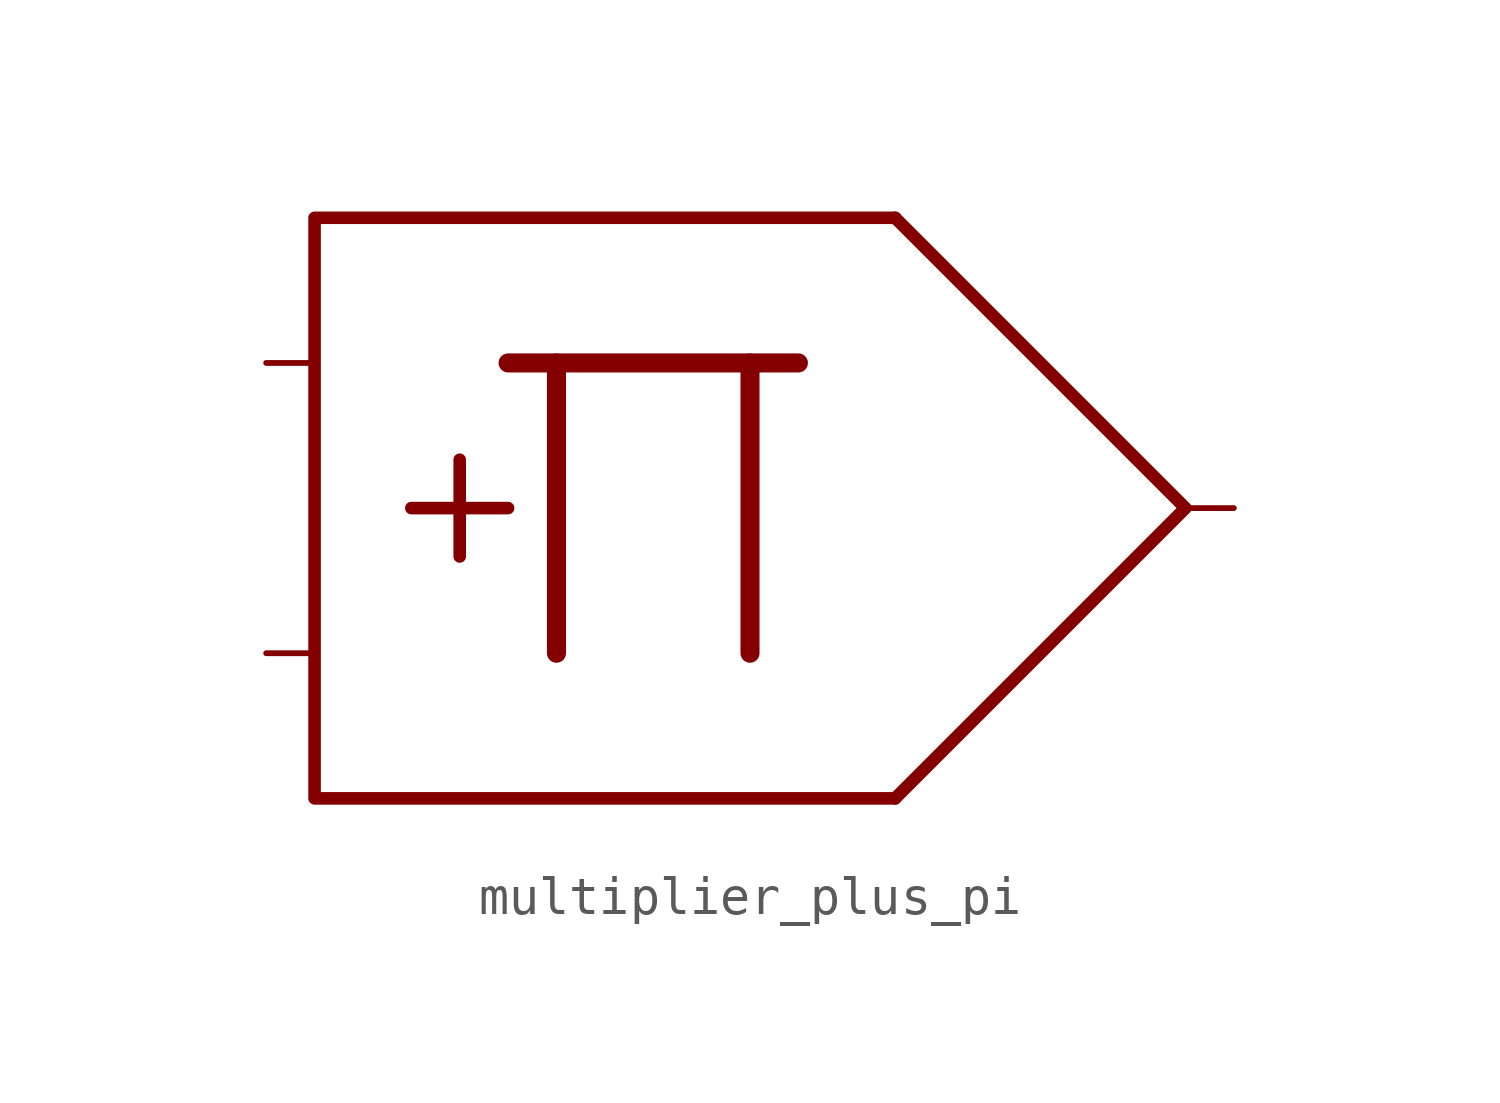
<source format=kicad_sym>
(kicad_symbol_lib
  (version 20211014)
  (generator kicad_symbol_editor)
  (symbol "multiplier_plus_pi"
    (property "Reference" "U"
      (at 3.81 12.7 0)
      (effects (font (size 1.27 1.27)) hide))
    (symbol "multiplier_plus_pi_0_0"
      (polyline (pts (xy -12.7 0) (xy -10.16 0)) (stroke (width 0.33) (type default) (color 0 0 0 0)) (fill (type none)))
      (polyline (pts (xy -11.43 1.27) (xy -11.43 -1.27)) (stroke (width 0.33) (type default) (color 0 0 0 0)) (fill (type none)))
      (polyline (pts (xy -8.89 -3.81) (xy -8.89 3.81)) (stroke (width 0.5) (type default) (color 0 0 0 0)) (fill (type none)))
      (polyline (pts (xy -3.81 3.81) (xy -3.81 -3.81)) (stroke (width 0.5) (type default) (color 0 0 0 0)) (fill (type none)))
      (polyline (pts (xy -2.54 3.81) (xy -10.16 3.81)) (stroke (width 0.5) (type default) (color 0 0 0 0)) (fill (type none)))
      (polyline (pts (xy 0 7.62) (xy -15.24 7.62) (xy -15.24 -7.62) (xy 0 -7.62)) (stroke (width 0.33) (type default) (color 0 0 0 0)) (fill (type none))))
    (symbol "multiplier_plus_pi_0_1"
      (polyline (pts (xy 0 7.62) (xy 7.62 0) (xy 0 -7.62)) (stroke (width 0.33) (type default) (color 0 0 0 0)) (fill (type none))))
    (symbol "multiplier_plus_pi_1_1"
      (pin input line (at -16.51 -3.81 0) (length 1.27) (name "" (effects (font (size 1.27 1.27)))) (number "" (effects (font (size 1.27 1.27)))))
      (pin input line (at -16.51 3.81 0) (length 1.27) (name "" (effects (font (size 1.27 1.27)))) (number "" (effects (font (size 1.27 1.27)))))
      (pin output line (at 8.89 0 180) (length 1.27) (name "" (effects (font (size 1.27 1.27)))) (number "" (effects (font (size 1.27 1.27))))))))
</source>
